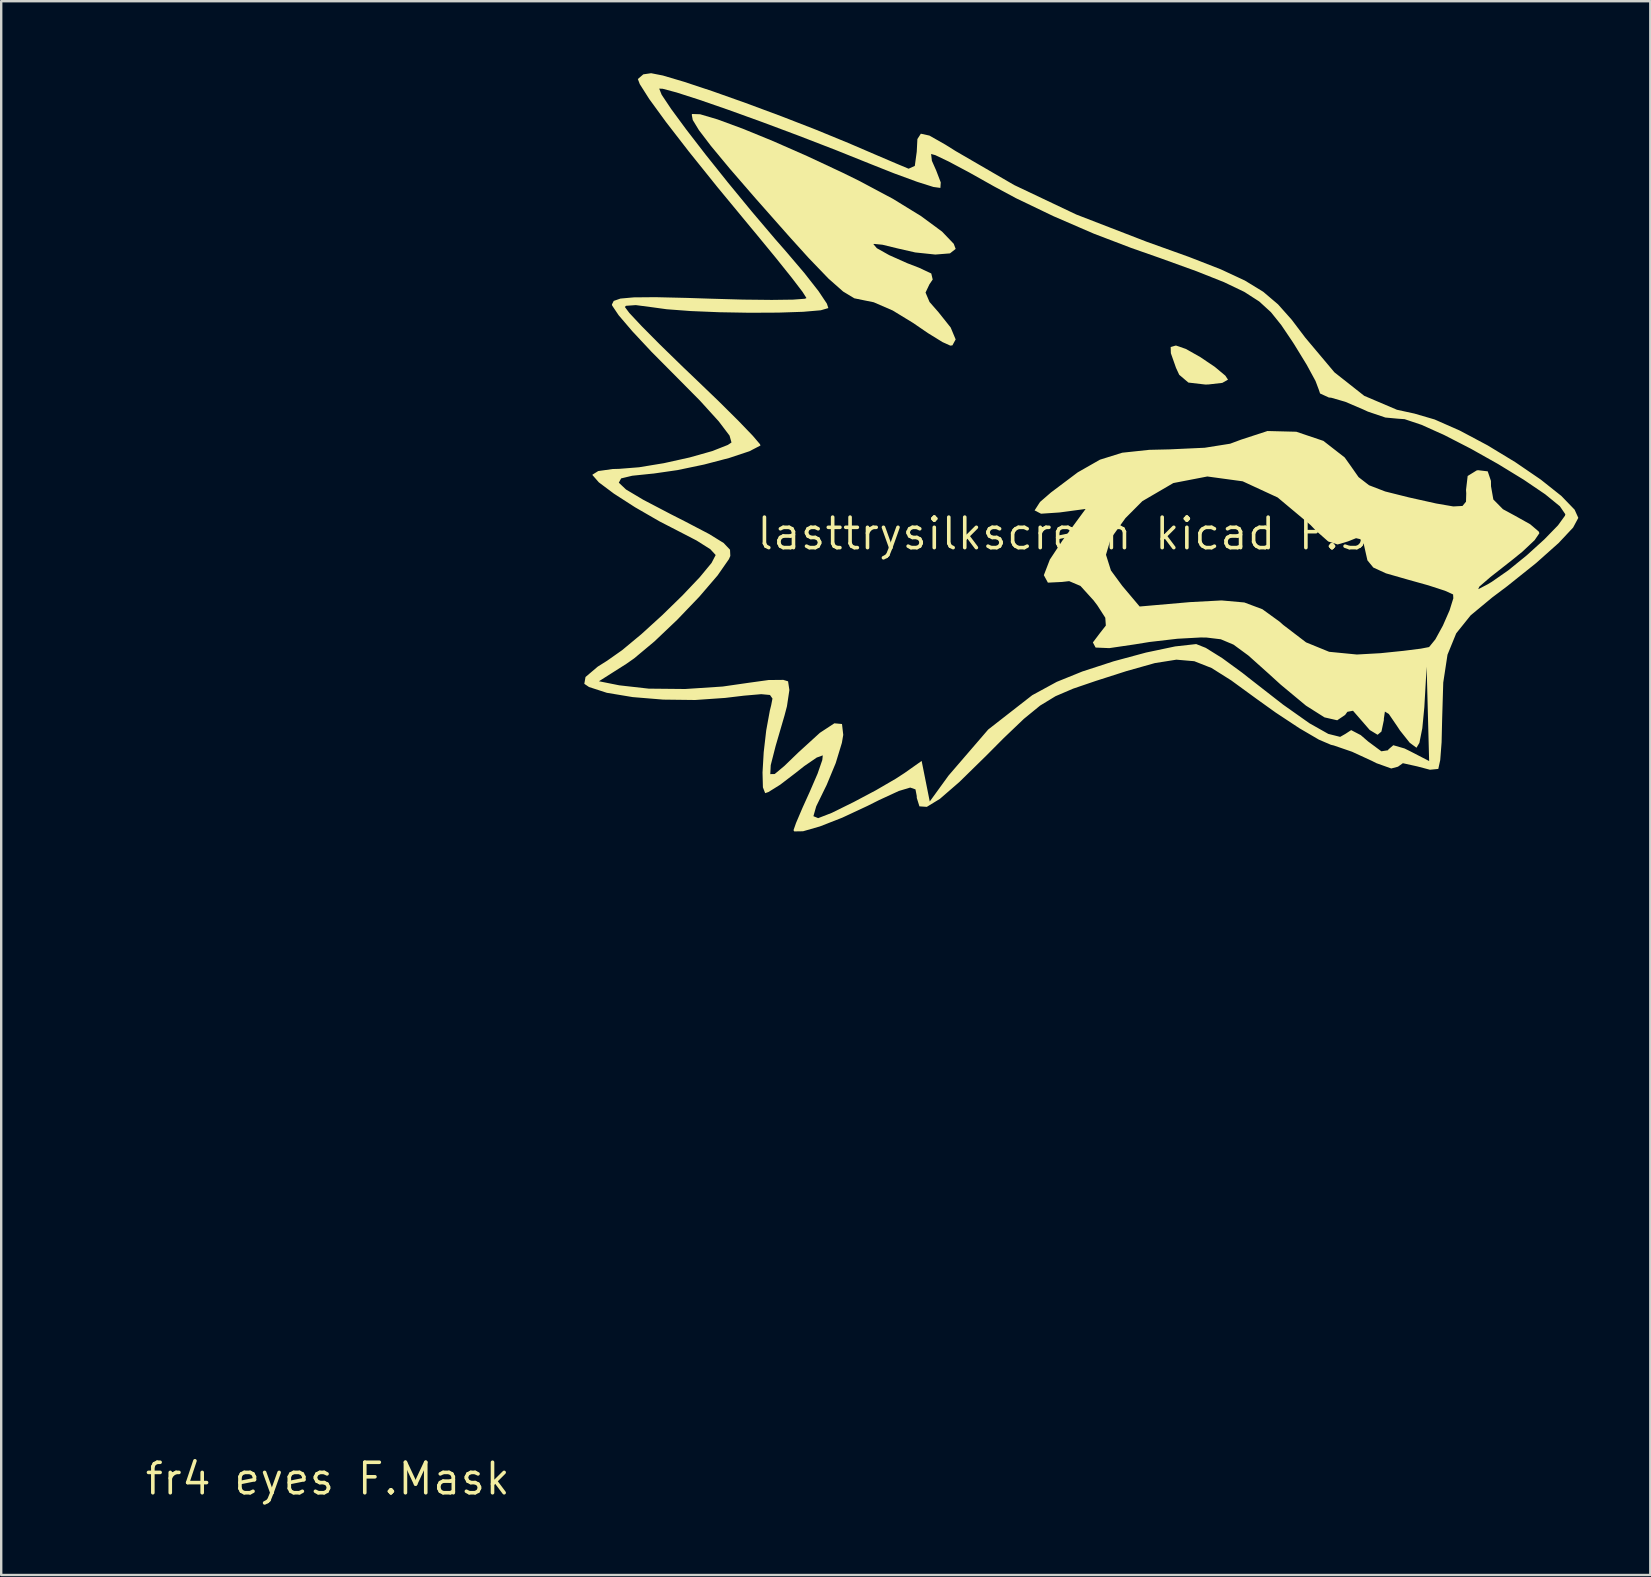
<source format=kicad_pcb>
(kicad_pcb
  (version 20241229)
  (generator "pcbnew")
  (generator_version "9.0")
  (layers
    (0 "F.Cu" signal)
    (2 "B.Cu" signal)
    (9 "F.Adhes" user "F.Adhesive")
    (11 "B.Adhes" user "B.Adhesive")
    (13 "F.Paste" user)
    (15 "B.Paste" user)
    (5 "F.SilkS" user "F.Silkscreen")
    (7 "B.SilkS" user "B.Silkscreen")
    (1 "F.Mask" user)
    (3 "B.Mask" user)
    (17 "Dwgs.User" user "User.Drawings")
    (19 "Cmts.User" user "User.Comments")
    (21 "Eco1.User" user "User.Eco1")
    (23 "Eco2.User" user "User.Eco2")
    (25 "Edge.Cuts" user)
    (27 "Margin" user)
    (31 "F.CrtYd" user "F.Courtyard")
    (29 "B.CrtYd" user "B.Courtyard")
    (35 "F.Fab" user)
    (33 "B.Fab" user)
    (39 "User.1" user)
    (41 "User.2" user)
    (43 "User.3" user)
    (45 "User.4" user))
  (footprint "lasttrysilkscreen kicad F.SilkS"
    (layer "F.Cu")
    (at 42.979 19.185)
    (property "Reference" "lasttrysilkscreen kicad F.SilkS" (at 0 0 0) (layer "F.SilkS") (effects (font (size 1.27 1.27) (thickness 0.15))))
    (attr board_only exclude_from_pos_files exclude_from_bom)
    (fp_poly (pts (xy 3.375 -7.698) (xy 3.97 -7.363) (xy 4.58 -6.952) (xy 5.02 -6.585) (xy 5.131 -6.418) (xy 4.895 -6.284) (xy 4.311 -6.217) (xy 4.182 -6.215) (xy 3.48 -6.297) (xy 3.099 -6.621) (xy 2.966 -6.908) (xy 2.751 -7.519) (xy 2.743 -7.779) (xy 2.945 -7.836) (xy 2.976 -7.836)) (stroke (width 0) (type solid)) (fill yes) (layer "F.SilkS"))
    (fp_poly (pts (xy -16.861 -17.475) (xy -16.131 -17.259) (xy -15.087 -16.874) (xy -13.814 -16.353) (xy -12.398 -15.73) (xy -10.924 -15.04) (xy -10.244 -14.706) (xy -8.829 -13.952) (xy -7.651 -13.228) (xy -6.781 -12.586) (xy -6.294 -12.077) (xy -6.215 -11.865) (xy -6.451 -11.679) (xy -7.062 -11.63) (xy -7.9 -11.718) (xy -8.631 -11.885) (xy -9.263 -12.039) (xy -9.622 -12.074) (xy -9.642 -12.065) (xy -9.499 -11.895) (xy -8.984 -11.606) (xy -8.232 -11.27) (xy -7.739 -11.08) (xy -7.231 -10.841) (xy -7.171 -10.59) (xy -7.308 -10.389) (xy -7.47 -10.046) (xy -7.303 -9.654) (xy -6.932 -9.23) (xy -6.422 -8.59) (xy -6.215 -8.094) (xy -6.35 -7.847) (xy -6.438 -7.836) (xy -6.761 -7.982) (xy -7.374 -8.36) (xy -7.99 -8.782) (xy -8.837 -9.299) (xy -9.628 -9.642) (xy -10.053 -9.728) (xy -10.439 -9.808) (xy -10.903 -10.089) (xy -11.514 -10.629) (xy -12.341 -11.489) (xy -13.131 -12.362) (xy -14.552 -13.969) (xy -15.636 -15.221) (xy -16.412 -16.157) (xy -16.912 -16.815) (xy -17.168 -17.236) (xy -17.21 -17.458) (xy -17.191 -17.486)) (stroke (width 0) (type solid)) (fill yes) (layer "F.SilkS"))
    (fp_poly (pts (xy -18.413 -19.089) (xy -17.525 -18.826) (xy -16.341 -18.433) (xy -14.963 -17.944) (xy -13.493 -17.398) (xy -12.034 -16.831) (xy -10.688 -16.278) (xy -10.403 -16.156) (xy -9.447 -15.745) (xy -8.664 -15.411) (xy -8.205 -15.219) (xy -8.174 -15.206) (xy -7.917 -15.323) (xy -7.836 -15.914) (xy -7.809 -16.442) (xy -7.665 -16.665) (xy -7.306 -16.586) (xy -6.636 -16.205) (xy -6.215 -15.941) (xy -3.775 -14.525) (xy -1.19 -13.298) (xy 1.737 -12.166) (xy 1.756 -12.159) (xy 3.506 -11.531) (xy 4.834 -11.013) (xy 5.833 -10.548) (xy 6.596 -10.081) (xy 7.216 -9.555) (xy 7.786 -8.914) (xy 8.354 -8.164) (xy 9.567 -6.722) (xy 10.806 -5.745) (xy 12.169 -5.164) (xy 12.898 -5.005) (xy 13.74 -4.759) (xy 14.79 -4.296) (xy 15.946 -3.681) (xy 17.104 -2.978) (xy 18.163 -2.254) (xy 19.02 -1.573) (xy 19.572 -1.001) (xy 19.726 -0.66) (xy 19.51 -0.257) (xy 18.905 0.388) (xy 17.969 1.222) (xy 16.763 2.187) (xy 16.138 2.657) (xy 15.241 3.401) (xy 14.639 4.151) (xy 14.276 5.041) (xy 14.099 6.202) (xy 14.053 7.724) (xy 14.03 8.692) (xy 13.973 9.432) (xy 13.894 9.794) (xy 13.888 9.8) (xy 13.545 9.834) (xy 13.016 9.694) (xy 12.417 9.561) (xy 12.212 9.707) (xy 11.933 9.781) (xy 11.318 9.561) (xy 11.125 9.464) (xy 10.3 9.084) (xy 9.538 8.822) (xy 9.421 8.795) (xy 8.917 8.579) (xy 8.108 8.106) (xy 7.118 7.452) (xy 6.314 6.876) (xy 5.265 6.111) (xy 4.446 5.595) (xy 3.727 5.312) (xy 2.981 5.248) (xy 2.082 5.391) (xy 0.901 5.724) (xy -0.375 6.133) (xy -1.322 6.456) (xy -2.053 6.769) (xy -2.695 7.16) (xy -3.372 7.713) (xy -4.211 8.514) (xy -4.937 9.244) (xy -6.059 10.343) (xy -6.873 11.048) (xy -7.416 11.38) (xy -7.724 11.359) (xy -7.834 11.008) (xy -7.836 10.928) (xy -7.889 10.652) (xy -8.108 10.576) (xy -8.582 10.718) (xy -9.401 11.096) (xy -9.892 11.342) (xy -10.94 11.831) (xy -11.87 12.195) (xy -12.573 12.397) (xy -12.941 12.403) (xy -12.97 12.351) (xy -12.865 12.051) (xy -12.594 11.415) (xy -12.306 10.779) (xy -11.967 9.995) (xy -11.771 9.43) (xy -11.751 9.235) (xy -12.003 9.326) (xy -12.522 9.682) (xy -12.883 9.967) (xy -13.526 10.458) (xy -14.012 10.761) (xy -14.151 10.809) (xy -14.245 10.568) (xy -14.261 9.948) (xy -14.212 9.105) (xy -14.107 8.194) (xy -13.956 7.368) (xy -13.9 7.143) (xy -13.847 6.867) (xy -13.951 6.719) (xy -14.314 6.685) (xy -15.039 6.748) (xy -15.818 6.841) (xy -17.067 6.928) (xy -18.398 6.912) (xy -19.671 6.807) (xy -20.748 6.628) (xy -21.49 6.387) (xy -21.686 6.254) (xy -21.667 6.147) (xy -21.076 6.147) (xy -20.232 6.316) (xy -19.002 6.455) (xy -17.486 6.47) (xy -15.921 6.367) (xy -14.847 6.212) (xy -14.009 6.096) (xy -13.394 6.09) (xy -13.197 6.15) (xy -13.142 6.513) (xy -13.244 7.191) (xy -13.344 7.572) (xy -13.715 8.843) (xy -13.919 9.642) (xy -13.938 10.016) (xy -13.754 10.012) (xy -13.351 9.676) (xy -12.776 9.12) (xy -11.87 8.294) (xy -11.268 7.899) (xy -10.95 7.928) (xy -10.898 8.38) (xy -10.955 8.714) (xy -11.211 9.555) (xy -11.59 10.47) (xy -11.652 10.595) (xy -12.025 11.36) (xy -12.141 11.769) (xy -11.943 11.85) (xy -11.375 11.63) (xy -10.462 11.179) (xy -9.542 10.691) (xy -8.711 10.208) (xy -8.342 9.968) (xy -7.632 9.467) (xy -7.463 10.312) (xy -7.294 11.157) (xy -6.51 10.075) (xy -4.859 8.158) (xy -3.025 6.728) (xy -2.003 6.172) (xy -0.937 5.74) (xy 0.363 5.317) (xy 1.714 4.952) (xy 2.929 4.696) (xy 3.806 4.598) (xy 4.207 4.757) (xy 4.89 5.183) (xy 5.726 5.794) (xy 5.964 5.982) (xy 7.422 7.118) (xy 8.526 7.898) (xy 9.309 8.34) (xy 9.804 8.464) (xy 10.019 8.342) (xy 10.263 8.183) (xy 10.662 8.391) (xy 10.966 8.654) (xy 11.52 9.065) (xy 11.798 9.022) (xy 11.813 8.989) (xy 12.018 8.812) (xy 12.485 8.947) (xy 12.721 9.063) (xy 13.511 9.471) (xy 13.459 7.505) (xy 13.407 5.539) (xy 13.311 7.228) (xy 13.227 8.103) (xy 13.105 8.714) (xy 12.984 8.917) (xy 12.703 8.71) (xy 12.296 8.198) (xy 12.191 8.039) (xy 11.831 7.51) (xy 11.668 7.411) (xy 11.625 7.704) (xy 11.624 7.769) (xy 11.524 8.243) (xy 11.364 8.377) (xy 11.036 8.178) (xy 10.681 7.769) (xy 10.339 7.376) (xy 10.105 7.42) (xy 10.01 7.551) (xy 9.681 7.773) (xy 9.152 7.652) (xy 8.381 7.164) (xy 7.327 6.288) (xy 6.829 5.835) (xy 5.979 5.074) (xy 5.361 4.621) (xy 4.831 4.398) (xy 4.242 4.327) (xy 3.999 4.323) (xy 3.025 4.376) (xy 1.862 4.511) (xy 1.239 4.612) (xy 0.185 4.767) (xy -0.385 4.743) (xy -0.498 4.53) (xy -0.204 4.141) (xy 0.042 3.826) (xy 0.019 3.501) (xy -0.309 2.99) (xy -0.468 2.779) (xy -1.015 2.176) (xy -1.487 1.976) (xy -1.785 2.01) (xy -2.372 2.039) (xy -2.541 1.728) (xy -2.291 1.078) (xy -2.158 0.877) (xy 0.048 0.877) (xy 0.254 1.531) (xy 0.725 2.172) (xy 1.451 3.033) (xy 3.548 2.85) (xy 4.863 2.78) (xy 5.813 2.865) (xy 6.564 3.146) (xy 7.278 3.663) (xy 7.431 3.799) (xy 8.384 4.527) (xy 9.345 4.92) (xy 10.502 5.033) (xy 11.484 4.978) (xy 12.439 4.88) (xy 13.163 4.789) (xy 13.506 4.723) (xy 13.511 4.72) (xy 13.769 4.403) (xy 14.084 3.828) (xy 14.363 3.191) (xy 14.519 2.69) (xy 14.509 2.53) (xy 14.177 2.379) (xy 13.477 2.151) (xy 12.642 1.918) (xy 11.711 1.651) (xy 11.185 1.409) (xy 10.94 1.11) (xy 10.859 0.751) (xy 10.747 0.251) (xy 10.466 0.187) (xy 10.132 0.32) (xy 9.698 0.449) (xy 9.307 0.324) (xy 8.796 -0.126) (xy 8.568 -0.364) (xy 7.2 -1.509) (xy 5.743 -2.183) (xy 4.271 -2.384) (xy 2.854 -2.11) (xy 1.564 -1.357) (xy 0.858 -0.648) (xy 0.247 0.204) (xy 0.048 0.877) (xy -2.158 0.877) (xy -1.771 0.29) (xy -0.801 -1.031) (xy -1.887 -0.885) (xy -2.658 -0.833) (xy -2.926 -0.971) (xy -2.7 -1.322) (xy -2.245 -1.717) (xy -1.129 -2.556) (xy -0.203 -3.084) (xy 0.725 -3.374) (xy 1.849 -3.494) (xy 2.702 -3.514) (xy 4.161 -3.581) (xy 5.219 -3.749) (xy 5.674 -3.918) (xy 6.776 -4.278) (xy 7.977 -4.248) (xy 9.106 -3.867) (xy 9.993 -3.176) (xy 10.22 -2.858) (xy 10.571 -2.357) (xy 11.007 -2.019) (xy 11.679 -1.76) (xy 12.661 -1.514) (xy 13.804 -1.259) (xy 14.518 -1.136) (xy 14.9 -1.156) (xy 15.047 -1.334) (xy 15.057 -1.682) (xy 15.048 -1.824) (xy 15.116 -2.405) (xy 15.491 -2.636) (xy 15.549 -2.646) (xy 15.952 -2.598) (xy 16.086 -2.2) (xy 16.089 -1.977) (xy 16.186 -1.426) (xy 16.587 -1.02) (xy 17.091 -0.747) (xy 17.721 -0.394) (xy 18.076 -0.092) (xy 18.104 -0.021) (xy 17.906 0.269) (xy 17.398 0.748) (xy 16.956 1.106) (xy 16.068 1.803) (xy 15.6 2.207) (xy 15.556 2.312) (xy 15.944 2.111) (xy 16.121 2.005) (xy 16.81 1.525) (xy 17.58 0.899) (xy 18.31 0.237) (xy 18.88 -0.349) (xy 19.17 -0.75) (xy 19.185 -0.811) (xy 18.957 -1.144) (xy 18.345 -1.643) (xy 17.453 -2.248) (xy 16.386 -2.901) (xy 15.251 -3.539) (xy 14.153 -4.104) (xy 13.197 -4.535) (xy 12.489 -4.772) (xy 12.204 -4.792) (xy 11.687 -4.84) (xy 10.958 -5.087) (xy 10.752 -5.182) (xy 10.016 -5.496) (xy 9.433 -5.665) (xy 9.333 -5.674) (xy 8.967 -5.842) (xy 8.917 -5.993) (xy 8.778 -6.361) (xy 8.41 -7.039) (xy 7.888 -7.891) (xy 7.803 -8.022) (xy 7.349 -8.695) (xy 6.919 -9.23) (xy 6.432 -9.675) (xy 5.808 -10.076) (xy 4.965 -10.48) (xy 3.824 -10.933) (xy 2.303 -11.483) (xy 1.1 -11.905) (xy -0.461 -12.501) (xy -2.14 -13.228) (xy -3.704 -13.979) (xy -4.62 -14.472) (xy -5.653 -15.052) (xy -6.5 -15.503) (xy -7.061 -15.771) (xy -7.238 -15.82) (xy -7.205 -15.536) (xy -7.026 -15.132) (xy -6.836 -14.636) (xy -6.851 -14.406) (xy -7.142 -14.446) (xy -7.822 -14.661) (xy -8.786 -15.015) (xy -9.73 -15.39) (xy -11.21 -15.984) (xy -12.752 -16.58) (xy -14.27 -17.148) (xy -15.681 -17.658) (xy -16.9 -18.08) (xy -17.842 -18.383) (xy -18.422 -18.537) (xy -18.566 -18.543) (xy -18.463 -18.287) (xy -18.068 -17.695) (xy -17.438 -16.839) (xy -16.633 -15.796) (xy -15.709 -14.639) (xy -14.725 -13.442) (xy -13.74 -12.281) (xy -13.288 -11.765) (xy -12.522 -10.865) (xy -11.929 -10.108) (xy -11.58 -9.585) (xy -11.519 -9.4) (xy -11.835 -9.308) (xy -12.569 -9.245) (xy -13.599 -9.211) (xy -14.804 -9.205) (xy -16.062 -9.227) (xy -17.252 -9.276) (xy -18.252 -9.351) (xy -18.847 -9.433) (xy -19.541 -9.524) (xy -19.95 -9.495) (xy -19.996 -9.446) (xy -19.81 -9.196) (xy -19.297 -8.648) (xy -18.528 -7.873) (xy -17.572 -6.942) (xy -17.116 -6.507) (xy -16.111 -5.542) (xy -15.274 -4.712) (xy -14.671 -4.085) (xy -14.367 -3.729) (xy -14.346 -3.675) (xy -14.808 -3.435) (xy -15.644 -3.157) (xy -16.693 -2.882) (xy -17.796 -2.651) (xy -18.792 -2.507) (xy -18.889 -2.498) (xy -19.69 -2.415) (xy -20.152 -2.304) (xy -20.248 -2.126) (xy -19.95 -1.843) (xy -19.232 -1.415) (xy -18.065 -0.804) (xy -17.49 -0.512) (xy -16.48 0.016) (xy -15.881 0.387) (xy -15.615 0.668) (xy -15.603 0.927) (xy -15.661 1.06) (xy -16.134 1.74) (xy -16.896 2.627) (xy -17.817 3.588) (xy -18.764 4.488) (xy -19.609 5.194) (xy -19.928 5.418) (xy -21.076 6.147) (xy -21.667 6.147) (xy -21.636 5.97) (xy -21.125 5.537) (xy -20.74 5.295) (xy -20.109 4.851) (xy -19.309 4.186) (xy -18.439 3.394) (xy -17.596 2.572) (xy -16.878 1.815) (xy -16.385 1.219) (xy -16.213 0.888) (xy -16.436 0.646) (xy -17.008 0.284) (xy -17.496 0.031) (xy -18.553 -0.514) (xy -19.575 -1.104) (xy -20.454 -1.67) (xy -21.08 -2.139) (xy -21.345 -2.442) (xy -21.347 -2.46) (xy -21.107 -2.61) (xy -20.505 -2.695) (xy -20.237 -2.702) (xy -19.403 -2.768) (xy -18.367 -2.939) (xy -17.296 -3.177) (xy -16.354 -3.443) (xy -15.707 -3.698) (xy -15.554 -3.8) (xy -15.634 -4.085) (xy -16.085 -4.681) (xy -16.869 -5.545) (xy -17.919 -6.605) (xy -18.881 -7.573) (xy -19.684 -8.433) (xy -20.256 -9.103) (xy -20.525 -9.503) (xy -20.536 -9.55) (xy -20.46 -9.699) (xy -20.181 -9.796) (xy -19.626 -9.846) (xy -18.719 -9.854) (xy -17.387 -9.823) (xy -16.483 -9.793) (xy -15.073 -9.753) (xy -13.876 -9.74) (xy -12.986 -9.752) (xy -12.496 -9.789) (xy -12.43 -9.817) (xy -12.594 -10.075) (xy -13.043 -10.663) (xy -13.714 -11.501) (xy -14.542 -12.508) (xy -14.753 -12.761) (xy -16.139 -14.438) (xy -17.328 -15.918) (xy -18.287 -17.157) (xy -18.981 -18.11) (xy -19.375 -18.731) (xy -19.455 -18.942) (xy -19.228 -19.138) (xy -18.903 -19.185)) (stroke (width 0) (type solid)) (fill yes) (layer "F.SilkS")))
  (footprint "fr4 eyes F.Mask"
    (layer "F.Cu")
    (at 10.605 58.56)
    (property "Reference" "fr4 eyes F.Mask" (at 0 0 0) (layer "F.SilkS") (effects (font (size 1.27 1.27) (thickness 0.15))))
    (attr board_only exclude_from_pos_files exclude_from_bom)
    (fp_poly (pts (xy -10.239 -58.539) (xy -9.705 -58.304) (xy -9.152 -57.971) (xy -8.787 -57.655) (xy -8.74 -57.548) (xy -8.792 -57.323) (xy -8.808 -57.326) (xy -9.097 -57.392) (xy -9.604 -57.476) (xy -10.161 -57.703) (xy -10.542 -58.09) (xy -10.605 -58.475) (xy -10.547 -58.56)) (stroke (width 0) (type solid)) (fill yes) (layer "F.Mask")))
  (gr_rect
    (start -3 -3)
    (end 65.704 62.566)
    (stroke (width 0.1) (type default))
    (fill no)
    (layer "Edge.Cuts")))
</source>
